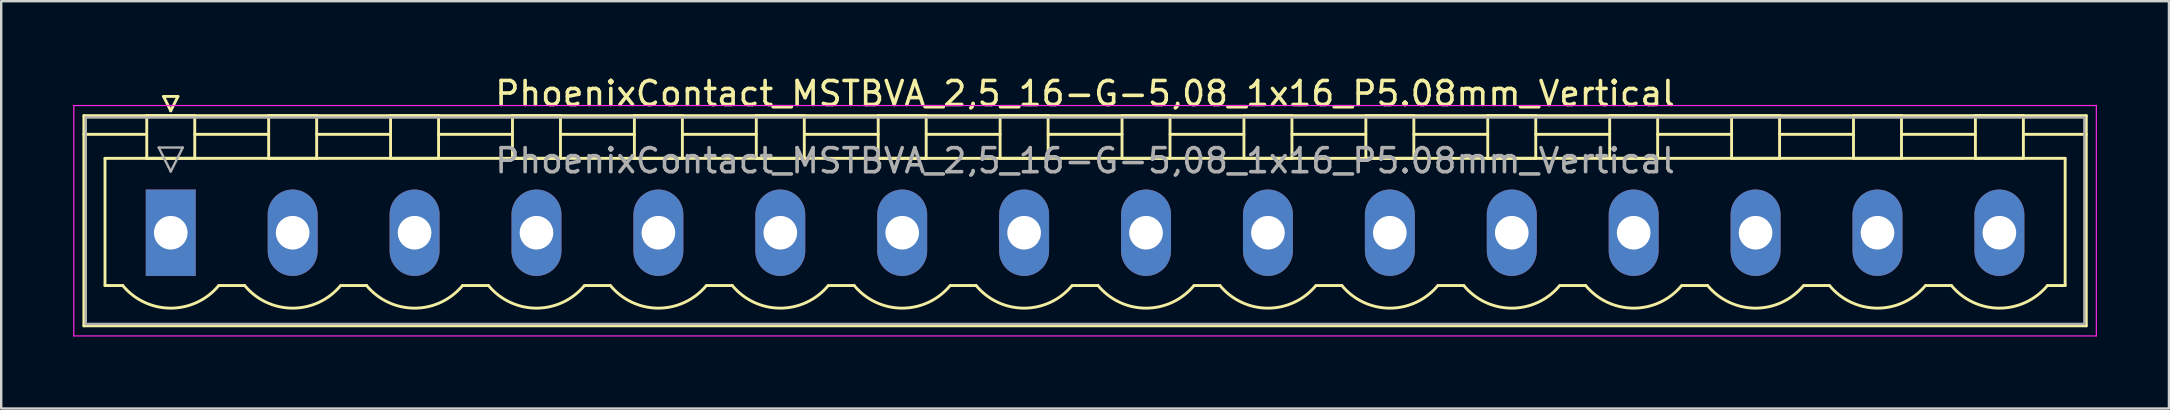
<source format=kicad_pcb>
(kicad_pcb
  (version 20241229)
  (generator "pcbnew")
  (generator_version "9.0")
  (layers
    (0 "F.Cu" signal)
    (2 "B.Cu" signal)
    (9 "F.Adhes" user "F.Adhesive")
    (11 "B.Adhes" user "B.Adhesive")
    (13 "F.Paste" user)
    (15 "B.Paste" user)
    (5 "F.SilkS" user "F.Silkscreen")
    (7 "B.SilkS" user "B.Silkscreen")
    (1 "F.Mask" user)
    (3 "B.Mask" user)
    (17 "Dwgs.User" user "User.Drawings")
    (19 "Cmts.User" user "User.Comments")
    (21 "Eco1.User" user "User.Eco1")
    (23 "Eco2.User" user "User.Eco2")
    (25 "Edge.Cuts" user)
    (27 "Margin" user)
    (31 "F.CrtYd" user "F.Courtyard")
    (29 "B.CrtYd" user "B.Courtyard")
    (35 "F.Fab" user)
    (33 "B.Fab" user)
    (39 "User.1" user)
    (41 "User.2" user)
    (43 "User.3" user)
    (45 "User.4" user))
  (footprint "PhoenixContact_MSTBVA_2,5_16-G-5,08_1x16_P5.08mm_Vertical"
    (layer "F.Cu")
    (at 4.065 6.648)
    (property "Reference" "PhoenixContact_MSTBVA_2,5_16-G-5,08_1x16_P5.08mm_Vertical" (at 38.1 -5.8 0) (layer "F.SilkS") (effects (font (size 1 1) (thickness 0.15))))
    (attr through_hole)
    (fp_line (start -3.62 -4.88) (end -3.62 3.88) (stroke (width 0.12) (type solid)) (layer "F.SilkS"))
    (fp_line (start -3.62 -4.1) (end -1.08 -4.1) (stroke (width 0.12) (type solid)) (layer "F.SilkS"))
    (fp_line (start -3.62 3.88) (end 79.82 3.88) (stroke (width 0.12) (type solid)) (layer "F.SilkS"))
    (fp_line (start -2.74 -3.1) (end 78.94 -3.1) (stroke (width 0.12) (type solid)) (layer "F.SilkS"))
    (fp_line (start -2.74 2.2) (end -2.74 -3.1) (stroke (width 0.12) (type solid)) (layer "F.SilkS"))
    (fp_line (start -2 2.2) (end -2.74 2.2) (stroke (width 0.12) (type solid)) (layer "F.SilkS"))
    (fp_line (start -1 -4.88) (end 1 -4.88) (stroke (width 0.12) (type solid)) (layer "F.SilkS"))
    (fp_line (start -1 -3.1) (end -1 -4.88) (stroke (width 0.12) (type solid)) (layer "F.SilkS"))
    (fp_line (start -0.3 -5.68) (end 0.3 -5.68) (stroke (width 0.12) (type solid)) (layer "F.SilkS"))
    (fp_line (start 0 -5.08) (end -0.3 -5.68) (stroke (width 0.12) (type solid)) (layer "F.SilkS"))
    (fp_line (start 0.3 -5.68) (end 0 -5.08) (stroke (width 0.12) (type solid)) (layer "F.SilkS"))
    (fp_line (start 1 -4.88) (end 1 -3.1) (stroke (width 0.12) (type solid)) (layer "F.SilkS"))
    (fp_line (start 1 -4.1) (end 4.08 -4.1) (stroke (width 0.12) (type solid)) (layer "F.SilkS"))
    (fp_line (start 1 -3.1) (end -1 -3.1) (stroke (width 0.12) (type solid)) (layer "F.SilkS"))
    (fp_line (start 2 2.2) (end 3.08 2.2) (stroke (width 0.12) (type solid)) (layer "F.SilkS"))
    (fp_line (start 4.08 -4.88) (end 6.08 -4.88) (stroke (width 0.12) (type solid)) (layer "F.SilkS"))
    (fp_line (start 4.08 -3.1) (end 4.08 -4.88) (stroke (width 0.12) (type solid)) (layer "F.SilkS"))
    (fp_line (start 6.08 -4.88) (end 6.08 -3.1) (stroke (width 0.12) (type solid)) (layer "F.SilkS"))
    (fp_line (start 6.08 -4.1) (end 9.16 -4.1) (stroke (width 0.12) (type solid)) (layer "F.SilkS"))
    (fp_line (start 6.08 -3.1) (end 4.08 -3.1) (stroke (width 0.12) (type solid)) (layer "F.SilkS"))
    (fp_line (start 7.08 2.2) (end 8.16 2.2) (stroke (width 0.12) (type solid)) (layer "F.SilkS"))
    (fp_line (start 9.16 -4.88) (end 11.16 -4.88) (stroke (width 0.12) (type solid)) (layer "F.SilkS"))
    (fp_line (start 9.16 -3.1) (end 9.16 -4.88) (stroke (width 0.12) (type solid)) (layer "F.SilkS"))
    (fp_line (start 11.16 -4.88) (end 11.16 -3.1) (stroke (width 0.12) (type solid)) (layer "F.SilkS"))
    (fp_line (start 11.16 -4.1) (end 14.24 -4.1) (stroke (width 0.12) (type solid)) (layer "F.SilkS"))
    (fp_line (start 11.16 -3.1) (end 9.16 -3.1) (stroke (width 0.12) (type solid)) (layer "F.SilkS"))
    (fp_line (start 12.16 2.2) (end 13.24 2.2) (stroke (width 0.12) (type solid)) (layer "F.SilkS"))
    (fp_line (start 14.24 -4.88) (end 16.24 -4.88) (stroke (width 0.12) (type solid)) (layer "F.SilkS"))
    (fp_line (start 14.24 -3.1) (end 14.24 -4.88) (stroke (width 0.12) (type solid)) (layer "F.SilkS"))
    (fp_line (start 16.24 -4.88) (end 16.24 -3.1) (stroke (width 0.12) (type solid)) (layer "F.SilkS"))
    (fp_line (start 16.24 -4.1) (end 19.32 -4.1) (stroke (width 0.12) (type solid)) (layer "F.SilkS"))
    (fp_line (start 16.24 -3.1) (end 14.24 -3.1) (stroke (width 0.12) (type solid)) (layer "F.SilkS"))
    (fp_line (start 17.24 2.2) (end 18.32 2.2) (stroke (width 0.12) (type solid)) (layer "F.SilkS"))
    (fp_line (start 19.32 -4.88) (end 21.32 -4.88) (stroke (width 0.12) (type solid)) (layer "F.SilkS"))
    (fp_line (start 19.32 -3.1) (end 19.32 -4.88) (stroke (width 0.12) (type solid)) (layer "F.SilkS"))
    (fp_line (start 21.32 -4.88) (end 21.32 -3.1) (stroke (width 0.12) (type solid)) (layer "F.SilkS"))
    (fp_line (start 21.32 -4.1) (end 24.4 -4.1) (stroke (width 0.12) (type solid)) (layer "F.SilkS"))
    (fp_line (start 21.32 -3.1) (end 19.32 -3.1) (stroke (width 0.12) (type solid)) (layer "F.SilkS"))
    (fp_line (start 22.32 2.2) (end 23.4 2.2) (stroke (width 0.12) (type solid)) (layer "F.SilkS"))
    (fp_line (start 24.4 -4.88) (end 26.4 -4.88) (stroke (width 0.12) (type solid)) (layer "F.SilkS"))
    (fp_line (start 24.4 -3.1) (end 24.4 -4.88) (stroke (width 0.12) (type solid)) (layer "F.SilkS"))
    (fp_line (start 26.4 -4.88) (end 26.4 -3.1) (stroke (width 0.12) (type solid)) (layer "F.SilkS"))
    (fp_line (start 26.4 -4.1) (end 29.48 -4.1) (stroke (width 0.12) (type solid)) (layer "F.SilkS"))
    (fp_line (start 26.4 -3.1) (end 24.4 -3.1) (stroke (width 0.12) (type solid)) (layer "F.SilkS"))
    (fp_line (start 27.4 2.2) (end 28.48 2.2) (stroke (width 0.12) (type solid)) (layer "F.SilkS"))
    (fp_line (start 29.48 -4.88) (end 31.48 -4.88) (stroke (width 0.12) (type solid)) (layer "F.SilkS"))
    (fp_line (start 29.48 -3.1) (end 29.48 -4.88) (stroke (width 0.12) (type solid)) (layer "F.SilkS"))
    (fp_line (start 31.48 -4.88) (end 31.48 -3.1) (stroke (width 0.12) (type solid)) (layer "F.SilkS"))
    (fp_line (start 31.48 -4.1) (end 34.56 -4.1) (stroke (width 0.12) (type solid)) (layer "F.SilkS"))
    (fp_line (start 31.48 -3.1) (end 29.48 -3.1) (stroke (width 0.12) (type solid)) (layer "F.SilkS"))
    (fp_line (start 32.48 2.2) (end 33.56 2.2) (stroke (width 0.12) (type solid)) (layer "F.SilkS"))
    (fp_line (start 34.56 -4.88) (end 36.56 -4.88) (stroke (width 0.12) (type solid)) (layer "F.SilkS"))
    (fp_line (start 34.56 -3.1) (end 34.56 -4.88) (stroke (width 0.12) (type solid)) (layer "F.SilkS"))
    (fp_line (start 36.56 -4.88) (end 36.56 -3.1) (stroke (width 0.12) (type solid)) (layer "F.SilkS"))
    (fp_line (start 36.56 -4.1) (end 39.64 -4.1) (stroke (width 0.12) (type solid)) (layer "F.SilkS"))
    (fp_line (start 36.56 -3.1) (end 34.56 -3.1) (stroke (width 0.12) (type solid)) (layer "F.SilkS"))
    (fp_line (start 37.56 2.2) (end 38.64 2.2) (stroke (width 0.12) (type solid)) (layer "F.SilkS"))
    (fp_line (start 39.64 -4.88) (end 41.64 -4.88) (stroke (width 0.12) (type solid)) (layer "F.SilkS"))
    (fp_line (start 39.64 -3.1) (end 39.64 -4.88) (stroke (width 0.12) (type solid)) (layer "F.SilkS"))
    (fp_line (start 41.64 -4.88) (end 41.64 -3.1) (stroke (width 0.12) (type solid)) (layer "F.SilkS"))
    (fp_line (start 41.64 -4.1) (end 44.72 -4.1) (stroke (width 0.12) (type solid)) (layer "F.SilkS"))
    (fp_line (start 41.64 -3.1) (end 39.64 -3.1) (stroke (width 0.12) (type solid)) (layer "F.SilkS"))
    (fp_line (start 42.64 2.2) (end 43.72 2.2) (stroke (width 0.12) (type solid)) (layer "F.SilkS"))
    (fp_line (start 44.72 -4.88) (end 46.72 -4.88) (stroke (width 0.12) (type solid)) (layer "F.SilkS"))
    (fp_line (start 44.72 -3.1) (end 44.72 -4.88) (stroke (width 0.12) (type solid)) (layer "F.SilkS"))
    (fp_line (start 46.72 -4.88) (end 46.72 -3.1) (stroke (width 0.12) (type solid)) (layer "F.SilkS"))
    (fp_line (start 46.72 -4.1) (end 49.8 -4.1) (stroke (width 0.12) (type solid)) (layer "F.SilkS"))
    (fp_line (start 46.72 -3.1) (end 44.72 -3.1) (stroke (width 0.12) (type solid)) (layer "F.SilkS"))
    (fp_line (start 47.72 2.2) (end 48.8 2.2) (stroke (width 0.12) (type solid)) (layer "F.SilkS"))
    (fp_line (start 49.8 -4.88) (end 51.8 -4.88) (stroke (width 0.12) (type solid)) (layer "F.SilkS"))
    (fp_line (start 49.8 -3.1) (end 49.8 -4.88) (stroke (width 0.12) (type solid)) (layer "F.SilkS"))
    (fp_line (start 51.8 -4.88) (end 51.8 -3.1) (stroke (width 0.12) (type solid)) (layer "F.SilkS"))
    (fp_line (start 51.8 -4.1) (end 54.88 -4.1) (stroke (width 0.12) (type solid)) (layer "F.SilkS"))
    (fp_line (start 51.8 -3.1) (end 49.8 -3.1) (stroke (width 0.12) (type solid)) (layer "F.SilkS"))
    (fp_line (start 52.8 2.2) (end 53.88 2.2) (stroke (width 0.12) (type solid)) (layer "F.SilkS"))
    (fp_line (start 54.88 -4.88) (end 56.88 -4.88) (stroke (width 0.12) (type solid)) (layer "F.SilkS"))
    (fp_line (start 54.88 -3.1) (end 54.88 -4.88) (stroke (width 0.12) (type solid)) (layer "F.SilkS"))
    (fp_line (start 56.88 -4.88) (end 56.88 -3.1) (stroke (width 0.12) (type solid)) (layer "F.SilkS"))
    (fp_line (start 56.88 -4.1) (end 59.96 -4.1) (stroke (width 0.12) (type solid)) (layer "F.SilkS"))
    (fp_line (start 56.88 -3.1) (end 54.88 -3.1) (stroke (width 0.12) (type solid)) (layer "F.SilkS"))
    (fp_line (start 57.88 2.2) (end 58.96 2.2) (stroke (width 0.12) (type solid)) (layer "F.SilkS"))
    (fp_line (start 59.96 -4.88) (end 61.96 -4.88) (stroke (width 0.12) (type solid)) (layer "F.SilkS"))
    (fp_line (start 59.96 -3.1) (end 59.96 -4.88) (stroke (width 0.12) (type solid)) (layer "F.SilkS"))
    (fp_line (start 61.96 -4.88) (end 61.96 -3.1) (stroke (width 0.12) (type solid)) (layer "F.SilkS"))
    (fp_line (start 61.96 -4.1) (end 65.04 -4.1) (stroke (width 0.12) (type solid)) (layer "F.SilkS"))
    (fp_line (start 61.96 -3.1) (end 59.96 -3.1) (stroke (width 0.12) (type solid)) (layer "F.SilkS"))
    (fp_line (start 62.96 2.2) (end 64.04 2.2) (stroke (width 0.12) (type solid)) (layer "F.SilkS"))
    (fp_line (start 65.04 -4.88) (end 67.04 -4.88) (stroke (width 0.12) (type solid)) (layer "F.SilkS"))
    (fp_line (start 65.04 -3.1) (end 65.04 -4.88) (stroke (width 0.12) (type solid)) (layer "F.SilkS"))
    (fp_line (start 67.04 -4.88) (end 67.04 -3.1) (stroke (width 0.12) (type solid)) (layer "F.SilkS"))
    (fp_line (start 67.04 -4.1) (end 70.12 -4.1) (stroke (width 0.12) (type solid)) (layer "F.SilkS"))
    (fp_line (start 67.04 -3.1) (end 65.04 -3.1) (stroke (width 0.12) (type solid)) (layer "F.SilkS"))
    (fp_line (start 68.04 2.2) (end 69.12 2.2) (stroke (width 0.12) (type solid)) (layer "F.SilkS"))
    (fp_line (start 70.12 -4.88) (end 72.12 -4.88) (stroke (width 0.12) (type solid)) (layer "F.SilkS"))
    (fp_line (start 70.12 -3.1) (end 70.12 -4.88) (stroke (width 0.12) (type solid)) (layer "F.SilkS"))
    (fp_line (start 72.12 -4.88) (end 72.12 -3.1) (stroke (width 0.12) (type solid)) (layer "F.SilkS"))
    (fp_line (start 72.12 -4.1) (end 75.2 -4.1) (stroke (width 0.12) (type solid)) (layer "F.SilkS"))
    (fp_line (start 72.12 -3.1) (end 70.12 -3.1) (stroke (width 0.12) (type solid)) (layer "F.SilkS"))
    (fp_line (start 73.12 2.2) (end 74.2 2.2) (stroke (width 0.12) (type solid)) (layer "F.SilkS"))
    (fp_line (start 75.2 -4.88) (end 77.2 -4.88) (stroke (width 0.12) (type solid)) (layer "F.SilkS"))
    (fp_line (start 75.2 -3.1) (end 75.2 -4.88) (stroke (width 0.12) (type solid)) (layer "F.SilkS"))
    (fp_line (start 77.2 -4.88) (end 77.2 -3.1) (stroke (width 0.12) (type solid)) (layer "F.SilkS"))
    (fp_line (start 77.2 -3.1) (end 75.2 -3.1) (stroke (width 0.12) (type solid)) (layer "F.SilkS"))
    (fp_line (start 78.94 -3.1) (end 78.94 2.2) (stroke (width 0.12) (type solid)) (layer "F.SilkS"))
    (fp_line (start 78.94 2.2) (end 78.2 2.2) (stroke (width 0.12) (type solid)) (layer "F.SilkS"))
    (fp_line (start 79.82 -4.88) (end -3.62 -4.88) (stroke (width 0.12) (type solid)) (layer "F.SilkS"))
    (fp_line (start 79.82 -4.1) (end 77.28 -4.1) (stroke (width 0.12) (type solid)) (layer "F.SilkS"))
    (fp_line (start 79.82 3.88) (end 79.82 -4.88) (stroke (width 0.12) (type solid)) (layer "F.SilkS"))
    (fp_arc (start 1.986842 2.215821) (mid -0.010289 3.142758) (end -2 2.2) (stroke (width 0.12) (type solid)) (layer "F.SilkS"))
    (fp_arc (start 7.066842 2.215821) (mid 5.069711 3.142758) (end 3.08 2.2) (stroke (width 0.12) (type solid)) (layer "F.SilkS"))
    (fp_arc (start 12.146842 2.215821) (mid 10.149711 3.142758) (end 8.16 2.2) (stroke (width 0.12) (type solid)) (layer "F.SilkS"))
    (fp_arc (start 17.226842 2.215821) (mid 15.229711 3.142758) (end 13.24 2.2) (stroke (width 0.12) (type solid)) (layer "F.SilkS"))
    (fp_arc (start 22.306842 2.215821) (mid 20.309711 3.142758) (end 18.32 2.2) (stroke (width 0.12) (type solid)) (layer "F.SilkS"))
    (fp_arc (start 27.386842 2.215821) (mid 25.389711 3.142758) (end 23.4 2.2) (stroke (width 0.12) (type solid)) (layer "F.SilkS"))
    (fp_arc (start 32.466842 2.215821) (mid 30.469711 3.142758) (end 28.48 2.2) (stroke (width 0.12) (type solid)) (layer "F.SilkS"))
    (fp_arc (start 37.546842 2.215821) (mid 35.549711 3.142758) (end 33.56 2.2) (stroke (width 0.12) (type solid)) (layer "F.SilkS"))
    (fp_arc (start 42.626842 2.215821) (mid 40.629711 3.142758) (end 38.64 2.2) (stroke (width 0.12) (type solid)) (layer "F.SilkS"))
    (fp_arc (start 47.706842 2.215821) (mid 45.709711 3.142758) (end 43.72 2.2) (stroke (width 0.12) (type solid)) (layer "F.SilkS"))
    (fp_arc (start 52.786842 2.215821) (mid 50.789711 3.142758) (end 48.8 2.2) (stroke (width 0.12) (type solid)) (layer "F.SilkS"))
    (fp_arc (start 57.866842 2.215821) (mid 55.869711 3.142758) (end 53.88 2.2) (stroke (width 0.12) (type solid)) (layer "F.SilkS"))
    (fp_arc (start 62.946842 2.215821) (mid 60.949711 3.142758) (end 58.96 2.2) (stroke (width 0.12) (type solid)) (layer "F.SilkS"))
    (fp_arc (start 68.026842 2.215821) (mid 66.029711 3.142758) (end 64.04 2.2) (stroke (width 0.12) (type solid)) (layer "F.SilkS"))
    (fp_arc (start 73.106842 2.215821) (mid 71.109711 3.142758) (end 69.12 2.2) (stroke (width 0.12) (type solid)) (layer "F.SilkS"))
    (fp_arc (start 78.186842 2.215821) (mid 76.189711 3.142758) (end 74.2 2.2) (stroke (width 0.12) (type solid)) (layer "F.SilkS"))
    (fp_line (start -4.04 -5.3) (end -4.04 4.3) (stroke (width 0.05) (type solid)) (layer "F.CrtYd"))
    (fp_line (start -4.04 4.3) (end 80.24 4.3) (stroke (width 0.05) (type solid)) (layer "F.CrtYd"))
    (fp_line (start 80.24 -5.3) (end -4.04 -5.3) (stroke (width 0.05) (type solid)) (layer "F.CrtYd"))
    (fp_line (start 80.24 4.3) (end 80.24 -5.3) (stroke (width 0.05) (type solid)) (layer "F.CrtYd"))
    (fp_line (start -3.54 -4.8) (end -3.54 3.8) (stroke (width 0.1) (type solid)) (layer "F.Fab"))
    (fp_line (start -3.54 3.8) (end 79.74 3.8) (stroke (width 0.1) (type solid)) (layer "F.Fab"))
    (fp_line (start -0.5 -3.55) (end 0.5 -3.55) (stroke (width 0.1) (type solid)) (layer "F.Fab"))
    (fp_line (start 0 -2.55) (end -0.5 -3.55) (stroke (width 0.1) (type solid)) (layer "F.Fab"))
    (fp_line (start 0.5 -3.55) (end 0 -2.55) (stroke (width 0.1) (type solid)) (layer "F.Fab"))
    (fp_line (start 79.74 -4.8) (end -3.54 -4.8) (stroke (width 0.1) (type solid)) (layer "F.Fab"))
    (fp_line (start 79.74 3.8) (end 79.74 -4.8) (stroke (width 0.1) (type solid)) (layer "F.Fab"))
    (fp_text user "${REFERENCE}" (at 38.1 -3 0) (layer "F.Fab") (effects (font (size 1 1) (thickness 0.15))))
    (pad "1" thru_hole rect (at 0 0) (size 2.08 3.6) (drill 1.4) (layers "*.Cu" "*.Mask"))
    (pad "2" thru_hole oval (at 5.08 0) (size 2.08 3.6) (drill 1.4) (layers "*.Cu" "*.Mask"))
    (pad "3" thru_hole oval (at 10.16 0) (size 2.08 3.6) (drill 1.4) (layers "*.Cu" "*.Mask"))
    (pad "4" thru_hole oval (at 15.24 0) (size 2.08 3.6) (drill 1.4) (layers "*.Cu" "*.Mask"))
    (pad "5" thru_hole oval (at 20.32 0) (size 2.08 3.6) (drill 1.4) (layers "*.Cu" "*.Mask"))
    (pad "6" thru_hole oval (at 25.4 0) (size 2.08 3.6) (drill 1.4) (layers "*.Cu" "*.Mask"))
    (pad "7" thru_hole oval (at 30.48 0) (size 2.08 3.6) (drill 1.4) (layers "*.Cu" "*.Mask"))
    (pad "8" thru_hole oval (at 35.56 0) (size 2.08 3.6) (drill 1.4) (layers "*.Cu" "*.Mask"))
    (pad "9" thru_hole oval (at 40.64 0) (size 2.08 3.6) (drill 1.4) (layers "*.Cu" "*.Mask"))
    (pad "10" thru_hole oval (at 45.72 0) (size 2.08 3.6) (drill 1.4) (layers "*.Cu" "*.Mask"))
    (pad "11" thru_hole oval (at 50.8 0) (size 2.08 3.6) (drill 1.4) (layers "*.Cu" "*.Mask"))
    (pad "12" thru_hole oval (at 55.88 0) (size 2.08 3.6) (drill 1.4) (layers "*.Cu" "*.Mask"))
    (pad "13" thru_hole oval (at 60.96 0) (size 2.08 3.6) (drill 1.4) (layers "*.Cu" "*.Mask"))
    (pad "14" thru_hole oval (at 66.04 0) (size 2.08 3.6) (drill 1.4) (layers "*.Cu" "*.Mask"))
    (pad "15" thru_hole oval (at 71.12 0) (size 2.08 3.6) (drill 1.4) (layers "*.Cu" "*.Mask"))
    (pad "16" thru_hole oval (at 76.2 0) (size 2.08 3.6) (drill 1.4) (layers "*.Cu" "*.Mask")))
  (gr_rect
    (start -3 -3)
    (end 87.33 13.973)
    (stroke (width 0.1) (type default))
    (fill no)
    (layer "Edge.Cuts")))
</source>
